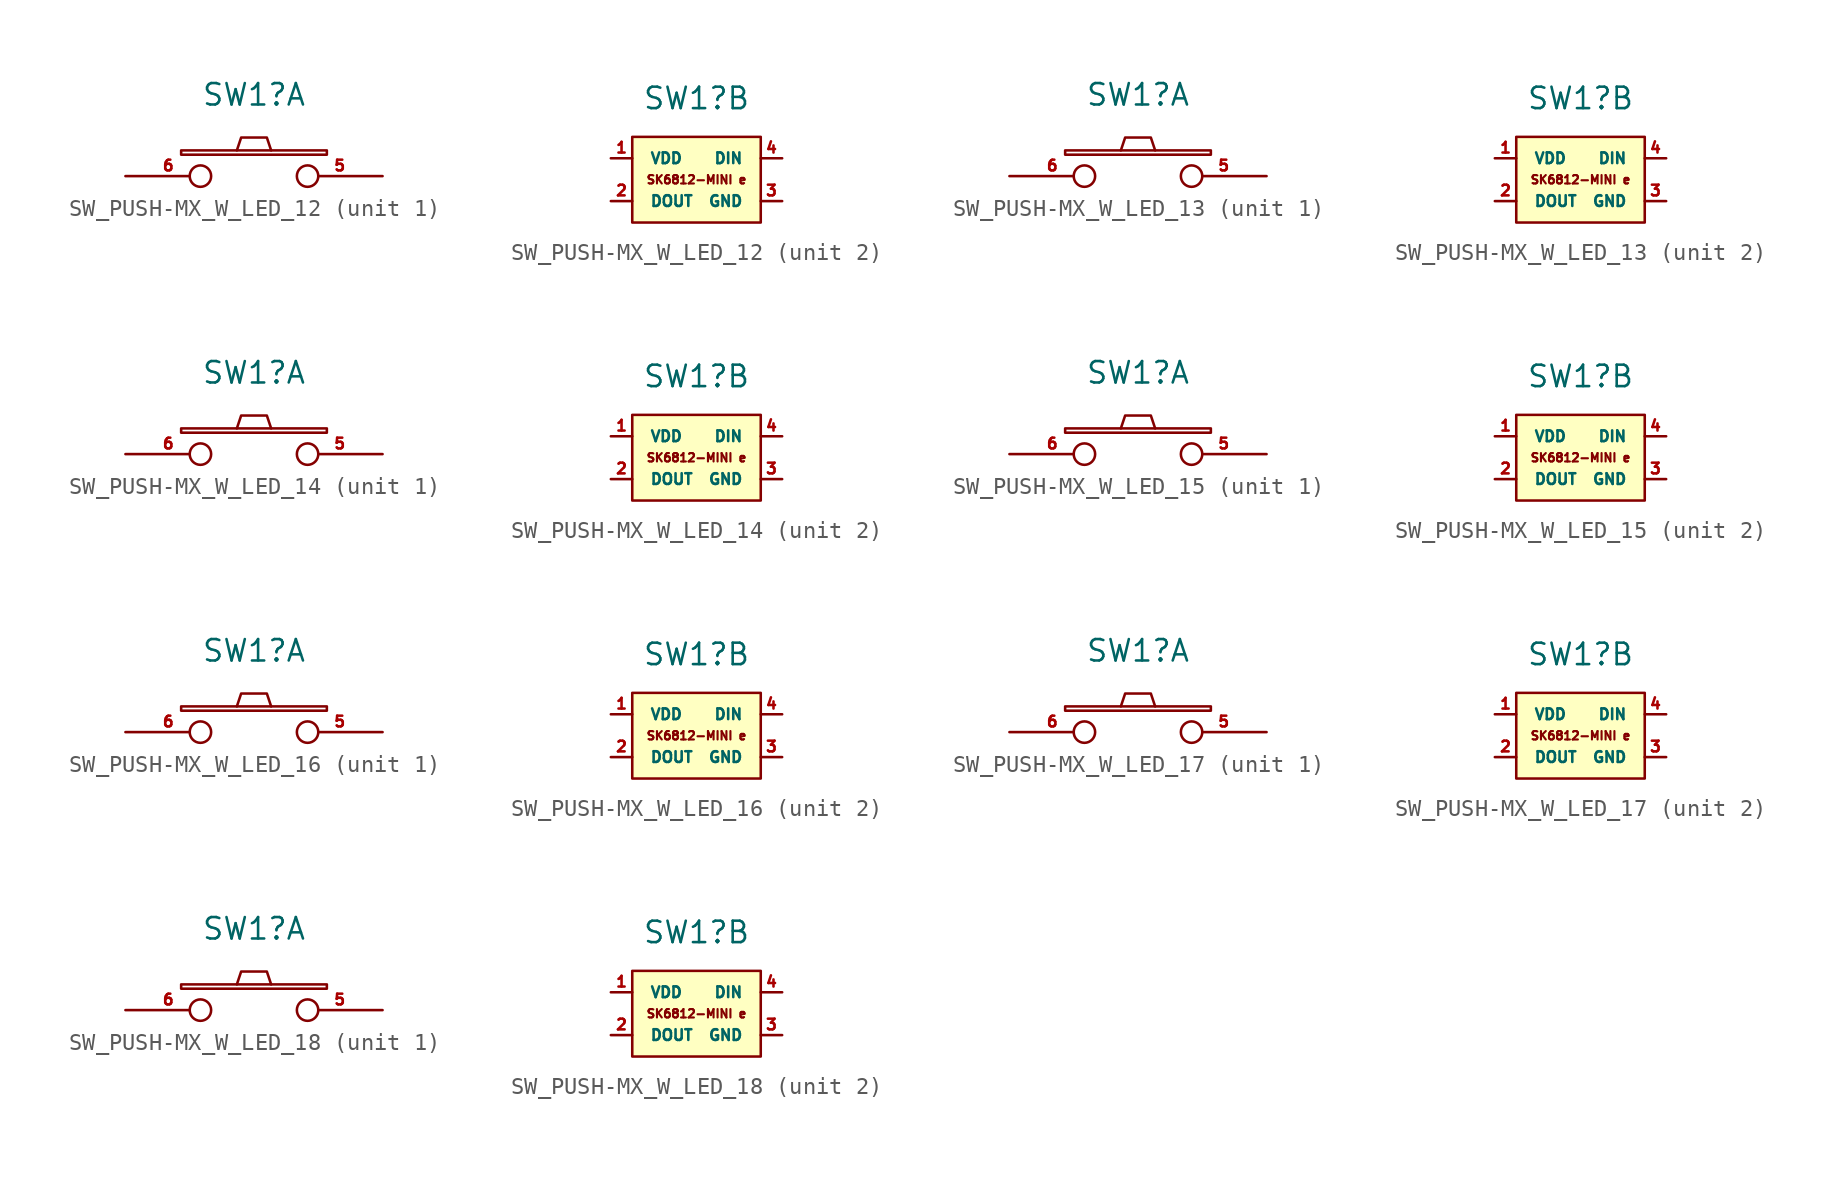
<source format=kicad_sym>
(kicad_symbol_lib
  (version 20220914)
  (generator kicad_symbol_editor)
  (symbol "SW_PUSH-MX_W_LED_12"
    (pin_names
      (offset 1.016))
    (property "Reference" "SW1"
      (at 0 4.826 0)
      (effects (font (size 1.27 1.27))))
    (property "ki_locked" ""
      (at 0 0 0)
      (effects (font (size 1.27 1.27))))
    (symbol "SW_PUSH-MX_W_LED_12_1_1"
      (rectangle (start -4.318 1.27) (end 4.318 1.524) (stroke (width 0) (type default)) (fill (type none)))
      (polyline (pts (xy -1.016 1.524) (xy -0.762 2.286) (xy 0.762 2.286) (xy 1.016 1.524)) (stroke (width 0) (type default)) (fill (type none)))
      (pin passive inverted (at 7.62 0 180) (length 5.08) (name "~" (effects (font (size 0.61 0.61)))) (number "5" (effects (font (size 0.635 0.635)))))
      (pin passive inverted (at -7.62 0 0) (length 5.08) (name "~" (effects (font (size 0.61 0.61)))) (number "6" (effects (font (size 0.635 0.635))))))
    (symbol "SW_PUSH-MX_W_LED_12_2_0"
      (text "SK6812-MINI e\n" (at 0 0 0) (effects (font (size 0.5 0.5)))))
    (symbol "SW_PUSH-MX_W_LED_12_2_1"
      (rectangle (start -3.81 2.54) (end 3.81 -2.54) (stroke (width 0) (type default)) (fill (type background)))
      (pin power_in line (at -5.08 1.27 0) (length 1.27) (name "VDD" (effects (font (size 0.635 0.635)))) (number "1" (effects (font (size 0.635 0.635)))))
      (pin output line (at -5.08 -1.27 0) (length 1.27) (name "DOUT" (effects (font (size 0.635 0.635)))) (number "2" (effects (font (size 0.635 0.635)))))
      (pin input line (at 5.08 -1.27 180) (length 1.27) (name "GND" (effects (font (size 0.635 0.635)))) (number "3" (effects (font (size 0.635 0.635)))))
      (pin power_in line (at 5.08 1.27 180) (length 1.27) (name "DIN" (effects (font (size 0.635 0.635)))) (number "4" (effects (font (size 0.635 0.635)))))))
  (symbol "SW_PUSH-MX_W_LED_13"
    (pin_names
      (offset 1.016))
    (property "Reference" "SW1"
      (at 0 4.826 0)
      (effects (font (size 1.27 1.27))))
    (property "ki_locked" ""
      (at 0 0 0)
      (effects (font (size 1.27 1.27))))
    (symbol "SW_PUSH-MX_W_LED_13_1_1"
      (rectangle (start -4.318 1.27) (end 4.318 1.524) (stroke (width 0) (type default)) (fill (type none)))
      (polyline (pts (xy -1.016 1.524) (xy -0.762 2.286) (xy 0.762 2.286) (xy 1.016 1.524)) (stroke (width 0) (type default)) (fill (type none)))
      (pin passive inverted (at 7.62 0 180) (length 5.08) (name "~" (effects (font (size 0.61 0.61)))) (number "5" (effects (font (size 0.635 0.635)))))
      (pin passive inverted (at -7.62 0 0) (length 5.08) (name "~" (effects (font (size 0.61 0.61)))) (number "6" (effects (font (size 0.635 0.635))))))
    (symbol "SW_PUSH-MX_W_LED_13_2_0"
      (text "SK6812-MINI e\n" (at 0 0 0) (effects (font (size 0.5 0.5)))))
    (symbol "SW_PUSH-MX_W_LED_13_2_1"
      (rectangle (start -3.81 2.54) (end 3.81 -2.54) (stroke (width 0) (type default)) (fill (type background)))
      (pin power_in line (at -5.08 1.27 0) (length 1.27) (name "VDD" (effects (font (size 0.635 0.635)))) (number "1" (effects (font (size 0.635 0.635)))))
      (pin output line (at -5.08 -1.27 0) (length 1.27) (name "DOUT" (effects (font (size 0.635 0.635)))) (number "2" (effects (font (size 0.635 0.635)))))
      (pin input line (at 5.08 -1.27 180) (length 1.27) (name "GND" (effects (font (size 0.635 0.635)))) (number "3" (effects (font (size 0.635 0.635)))))
      (pin power_in line (at 5.08 1.27 180) (length 1.27) (name "DIN" (effects (font (size 0.635 0.635)))) (number "4" (effects (font (size 0.635 0.635)))))))
  (symbol "SW_PUSH-MX_W_LED_14"
    (pin_names
      (offset 1.016))
    (property "Reference" "SW1"
      (at 0 4.826 0)
      (effects (font (size 1.27 1.27))))
    (property "ki_locked" ""
      (at 0 0 0)
      (effects (font (size 1.27 1.27))))
    (symbol "SW_PUSH-MX_W_LED_14_1_1"
      (rectangle (start -4.318 1.27) (end 4.318 1.524) (stroke (width 0) (type default)) (fill (type none)))
      (polyline (pts (xy -1.016 1.524) (xy -0.762 2.286) (xy 0.762 2.286) (xy 1.016 1.524)) (stroke (width 0) (type default)) (fill (type none)))
      (pin passive inverted (at 7.62 0 180) (length 5.08) (name "~" (effects (font (size 0.61 0.61)))) (number "5" (effects (font (size 0.635 0.635)))))
      (pin passive inverted (at -7.62 0 0) (length 5.08) (name "~" (effects (font (size 0.61 0.61)))) (number "6" (effects (font (size 0.635 0.635))))))
    (symbol "SW_PUSH-MX_W_LED_14_2_0"
      (text "SK6812-MINI e\n" (at 0 0 0) (effects (font (size 0.5 0.5)))))
    (symbol "SW_PUSH-MX_W_LED_14_2_1"
      (rectangle (start -3.81 2.54) (end 3.81 -2.54) (stroke (width 0) (type default)) (fill (type background)))
      (pin power_in line (at -5.08 1.27 0) (length 1.27) (name "VDD" (effects (font (size 0.635 0.635)))) (number "1" (effects (font (size 0.635 0.635)))))
      (pin output line (at -5.08 -1.27 0) (length 1.27) (name "DOUT" (effects (font (size 0.635 0.635)))) (number "2" (effects (font (size 0.635 0.635)))))
      (pin input line (at 5.08 -1.27 180) (length 1.27) (name "GND" (effects (font (size 0.635 0.635)))) (number "3" (effects (font (size 0.635 0.635)))))
      (pin power_in line (at 5.08 1.27 180) (length 1.27) (name "DIN" (effects (font (size 0.635 0.635)))) (number "4" (effects (font (size 0.635 0.635)))))))
  (symbol "SW_PUSH-MX_W_LED_15"
    (pin_names
      (offset 1.016))
    (property "Reference" "SW1"
      (at 0 4.826 0)
      (effects (font (size 1.27 1.27))))
    (property "ki_locked" ""
      (at 0 0 0)
      (effects (font (size 1.27 1.27))))
    (symbol "SW_PUSH-MX_W_LED_15_1_1"
      (rectangle (start -4.318 1.27) (end 4.318 1.524) (stroke (width 0) (type default)) (fill (type none)))
      (polyline (pts (xy -1.016 1.524) (xy -0.762 2.286) (xy 0.762 2.286) (xy 1.016 1.524)) (stroke (width 0) (type default)) (fill (type none)))
      (pin passive inverted (at 7.62 0 180) (length 5.08) (name "~" (effects (font (size 0.61 0.61)))) (number "5" (effects (font (size 0.635 0.635)))))
      (pin passive inverted (at -7.62 0 0) (length 5.08) (name "~" (effects (font (size 0.61 0.61)))) (number "6" (effects (font (size 0.635 0.635))))))
    (symbol "SW_PUSH-MX_W_LED_15_2_0"
      (text "SK6812-MINI e\n" (at 0 0 0) (effects (font (size 0.5 0.5)))))
    (symbol "SW_PUSH-MX_W_LED_15_2_1"
      (rectangle (start -3.81 2.54) (end 3.81 -2.54) (stroke (width 0) (type default)) (fill (type background)))
      (pin power_in line (at -5.08 1.27 0) (length 1.27) (name "VDD" (effects (font (size 0.635 0.635)))) (number "1" (effects (font (size 0.635 0.635)))))
      (pin output line (at -5.08 -1.27 0) (length 1.27) (name "DOUT" (effects (font (size 0.635 0.635)))) (number "2" (effects (font (size 0.635 0.635)))))
      (pin input line (at 5.08 -1.27 180) (length 1.27) (name "GND" (effects (font (size 0.635 0.635)))) (number "3" (effects (font (size 0.635 0.635)))))
      (pin power_in line (at 5.08 1.27 180) (length 1.27) (name "DIN" (effects (font (size 0.635 0.635)))) (number "4" (effects (font (size 0.635 0.635)))))))
  (symbol "SW_PUSH-MX_W_LED_16"
    (pin_names
      (offset 1.016))
    (property "Reference" "SW1"
      (at 0 4.826 0)
      (effects (font (size 1.27 1.27))))
    (property "ki_locked" ""
      (at 0 0 0)
      (effects (font (size 1.27 1.27))))
    (symbol "SW_PUSH-MX_W_LED_16_1_1"
      (rectangle (start -4.318 1.27) (end 4.318 1.524) (stroke (width 0) (type default)) (fill (type none)))
      (polyline (pts (xy -1.016 1.524) (xy -0.762 2.286) (xy 0.762 2.286) (xy 1.016 1.524)) (stroke (width 0) (type default)) (fill (type none)))
      (pin passive inverted (at 7.62 0 180) (length 5.08) (name "~" (effects (font (size 0.61 0.61)))) (number "5" (effects (font (size 0.635 0.635)))))
      (pin passive inverted (at -7.62 0 0) (length 5.08) (name "~" (effects (font (size 0.61 0.61)))) (number "6" (effects (font (size 0.635 0.635))))))
    (symbol "SW_PUSH-MX_W_LED_16_2_0"
      (text "SK6812-MINI e\n" (at 0 0 0) (effects (font (size 0.5 0.5)))))
    (symbol "SW_PUSH-MX_W_LED_16_2_1"
      (rectangle (start -3.81 2.54) (end 3.81 -2.54) (stroke (width 0) (type default)) (fill (type background)))
      (pin power_in line (at -5.08 1.27 0) (length 1.27) (name "VDD" (effects (font (size 0.635 0.635)))) (number "1" (effects (font (size 0.635 0.635)))))
      (pin output line (at -5.08 -1.27 0) (length 1.27) (name "DOUT" (effects (font (size 0.635 0.635)))) (number "2" (effects (font (size 0.635 0.635)))))
      (pin input line (at 5.08 -1.27 180) (length 1.27) (name "GND" (effects (font (size 0.635 0.635)))) (number "3" (effects (font (size 0.635 0.635)))))
      (pin power_in line (at 5.08 1.27 180) (length 1.27) (name "DIN" (effects (font (size 0.635 0.635)))) (number "4" (effects (font (size 0.635 0.635)))))))
  (symbol "SW_PUSH-MX_W_LED_17"
    (pin_names
      (offset 1.016))
    (property "Reference" "SW1"
      (at 0 4.826 0)
      (effects (font (size 1.27 1.27))))
    (property "ki_locked" ""
      (at 0 0 0)
      (effects (font (size 1.27 1.27))))
    (symbol "SW_PUSH-MX_W_LED_17_1_1"
      (rectangle (start -4.318 1.27) (end 4.318 1.524) (stroke (width 0) (type default)) (fill (type none)))
      (polyline (pts (xy -1.016 1.524) (xy -0.762 2.286) (xy 0.762 2.286) (xy 1.016 1.524)) (stroke (width 0) (type default)) (fill (type none)))
      (pin passive inverted (at 7.62 0 180) (length 5.08) (name "~" (effects (font (size 0.61 0.61)))) (number "5" (effects (font (size 0.635 0.635)))))
      (pin passive inverted (at -7.62 0 0) (length 5.08) (name "~" (effects (font (size 0.61 0.61)))) (number "6" (effects (font (size 0.635 0.635))))))
    (symbol "SW_PUSH-MX_W_LED_17_2_0"
      (text "SK6812-MINI e\n" (at 0 0 0) (effects (font (size 0.5 0.5)))))
    (symbol "SW_PUSH-MX_W_LED_17_2_1"
      (rectangle (start -3.81 2.54) (end 3.81 -2.54) (stroke (width 0) (type default)) (fill (type background)))
      (pin power_in line (at -5.08 1.27 0) (length 1.27) (name "VDD" (effects (font (size 0.635 0.635)))) (number "1" (effects (font (size 0.635 0.635)))))
      (pin output line (at -5.08 -1.27 0) (length 1.27) (name "DOUT" (effects (font (size 0.635 0.635)))) (number "2" (effects (font (size 0.635 0.635)))))
      (pin input line (at 5.08 -1.27 180) (length 1.27) (name "GND" (effects (font (size 0.635 0.635)))) (number "3" (effects (font (size 0.635 0.635)))))
      (pin power_in line (at 5.08 1.27 180) (length 1.27) (name "DIN" (effects (font (size 0.635 0.635)))) (number "4" (effects (font (size 0.635 0.635)))))))
  (symbol "SW_PUSH-MX_W_LED_18"
    (pin_names
      (offset 1.016))
    (property "Reference" "SW1"
      (at 0 4.826 0)
      (effects (font (size 1.27 1.27))))
    (property "ki_locked" ""
      (at 0 0 0)
      (effects (font (size 1.27 1.27))))
    (symbol "SW_PUSH-MX_W_LED_18_1_1"
      (rectangle (start -4.318 1.27) (end 4.318 1.524) (stroke (width 0) (type default)) (fill (type none)))
      (polyline (pts (xy -1.016 1.524) (xy -0.762 2.286) (xy 0.762 2.286) (xy 1.016 1.524)) (stroke (width 0) (type default)) (fill (type none)))
      (pin passive inverted (at 7.62 0 180) (length 5.08) (name "~" (effects (font (size 0.61 0.61)))) (number "5" (effects (font (size 0.635 0.635)))))
      (pin passive inverted (at -7.62 0 0) (length 5.08) (name "~" (effects (font (size 0.61 0.61)))) (number "6" (effects (font (size 0.635 0.635))))))
    (symbol "SW_PUSH-MX_W_LED_18_2_0"
      (text "SK6812-MINI e\n" (at 0 0 0) (effects (font (size 0.5 0.5)))))
    (symbol "SW_PUSH-MX_W_LED_18_2_1"
      (rectangle (start -3.81 2.54) (end 3.81 -2.54) (stroke (width 0) (type default)) (fill (type background)))
      (pin power_in line (at -5.08 1.27 0) (length 1.27) (name "VDD" (effects (font (size 0.635 0.635)))) (number "1" (effects (font (size 0.635 0.635)))))
      (pin output line (at -5.08 -1.27 0) (length 1.27) (name "DOUT" (effects (font (size 0.635 0.635)))) (number "2" (effects (font (size 0.635 0.635)))))
      (pin input line (at 5.08 -1.27 180) (length 1.27) (name "GND" (effects (font (size 0.635 0.635)))) (number "3" (effects (font (size 0.635 0.635)))))
      (pin power_in line (at 5.08 1.27 180) (length 1.27) (name "DIN" (effects (font (size 0.635 0.635)))) (number "4" (effects (font (size 0.635 0.635))))))))
</source>
